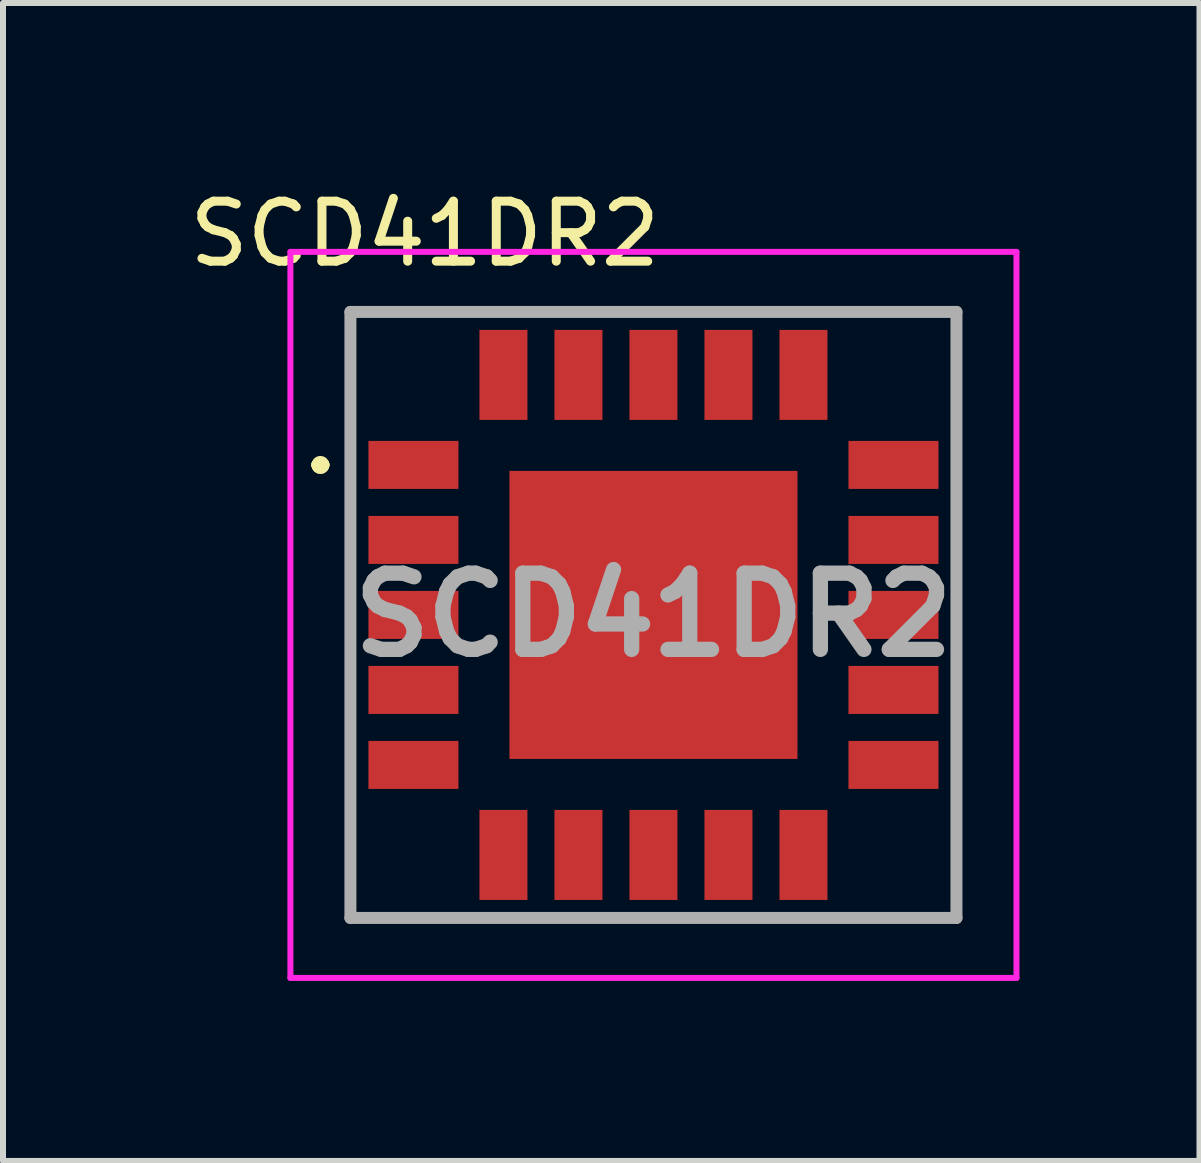
<source format=kicad_pcb>
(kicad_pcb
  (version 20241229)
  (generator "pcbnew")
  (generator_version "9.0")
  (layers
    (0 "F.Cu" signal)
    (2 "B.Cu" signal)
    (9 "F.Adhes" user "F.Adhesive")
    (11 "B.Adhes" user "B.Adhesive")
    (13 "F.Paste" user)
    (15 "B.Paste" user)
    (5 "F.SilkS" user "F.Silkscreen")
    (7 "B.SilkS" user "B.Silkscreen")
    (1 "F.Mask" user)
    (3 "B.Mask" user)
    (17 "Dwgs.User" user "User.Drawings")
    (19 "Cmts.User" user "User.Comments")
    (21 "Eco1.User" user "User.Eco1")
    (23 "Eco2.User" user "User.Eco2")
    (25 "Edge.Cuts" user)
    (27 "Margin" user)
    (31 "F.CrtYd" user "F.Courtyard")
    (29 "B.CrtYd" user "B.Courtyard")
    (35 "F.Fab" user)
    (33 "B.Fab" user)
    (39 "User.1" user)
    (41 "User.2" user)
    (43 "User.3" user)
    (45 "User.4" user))
  (footprint "SCD41DR2"
    (layer "F.Cu")
    (at 7.84 7.198)
    (property "Reference" "SCD41DR2" (at -3.81 -6.35 0) (layer "F.SilkS") (effects (font (size 1 1) (thickness 0.15))))
    (attr smd)
    (fp_line (start -5.6 -2.5) (end -5.6 -2.5) (stroke (width 0.2) (type solid)) (layer "F.SilkS"))
    (fp_line (start -5.6 -2.5) (end -5.6 -2.5) (stroke (width 0.2) (type solid)) (layer "F.SilkS"))
    (fp_line (start -5.5 -2.5) (end -5.5 -2.5) (stroke (width 0.2) (type solid)) (layer "F.SilkS"))
    (fp_line (start -5.05 -5.05) (end -5.05 -3.5) (stroke (width 0.12) (type solid)) (layer "F.SilkS"))
    (fp_line (start -5.05 -5.05) (end -3.5 -5.05) (stroke (width 0.12) (type solid)) (layer "F.SilkS"))
    (fp_line (start -5.05 3.5) (end -5.05 5.05) (stroke (width 0.12) (type solid)) (layer "F.SilkS"))
    (fp_line (start -5.05 5.05) (end -3.5 5.05) (stroke (width 0.12) (type solid)) (layer "F.SilkS"))
    (fp_line (start 3.75 5.05) (end 5.05 5.05) (stroke (width 0.12) (type solid)) (layer "F.SilkS"))
    (fp_line (start 5.05 -5.05) (end 3.5 -5.05) (stroke (width 0.12) (type solid)) (layer "F.SilkS"))
    (fp_line (start 5.05 -5.05) (end 5.05 -3.75) (stroke (width 0.12) (type solid)) (layer "F.SilkS"))
    (fp_line (start 5.05 3.5) (end 5.05 5.05) (stroke (width 0.12) (type solid)) (layer "F.SilkS"))
    (fp_arc (start -5.6 -2.5) (mid -5.55 -2.55) (end -5.5 -2.5) (stroke (width 0.2) (type solid)) (layer "F.SilkS"))
    (fp_arc (start -5.5 -2.5) (mid -5.55 -2.45) (end -5.6 -2.5) (stroke (width 0.2) (type solid)) (layer "F.SilkS"))
    (fp_arc (start -5.5 -2.5) (mid -5.55 -2.45) (end -5.6 -2.5) (stroke (width 0.2) (type solid)) (layer "F.SilkS"))
    (fp_line (start -6.05 -6.05) (end 6.05 -6.05) (stroke (width 0.1) (type solid)) (layer "F.CrtYd"))
    (fp_line (start -6.05 6.05) (end -6.05 -6.05) (stroke (width 0.1) (type solid)) (layer "F.CrtYd"))
    (fp_line (start 6.05 -6.05) (end 6.05 6.05) (stroke (width 0.1) (type solid)) (layer "F.CrtYd"))
    (fp_line (start 6.05 6.05) (end -6.05 6.05) (stroke (width 0.1) (type solid)) (layer "F.CrtYd"))
    (fp_line (start -5.05 -5.05) (end -5.05 5.05) (stroke (width 0.2) (type solid)) (layer "F.Fab"))
    (fp_line (start -5.05 5.05) (end 5.05 5.05) (stroke (width 0.2) (type solid)) (layer "F.Fab"))
    (fp_line (start 5.05 -5.05) (end -5.05 -5.05) (stroke (width 0.2) (type solid)) (layer "F.Fab"))
    (fp_line (start 5.05 5.05) (end 5.05 -5.05) (stroke (width 0.2) (type solid)) (layer "F.Fab"))
    (fp_text user "${REFERENCE}" (at 0 0 0) (layer "F.Fab") (effects (font (size 1.27 1.27) (thickness 0.254))))
    (pad "1" smd rect (at -4 -2.5 90) (size 0.8 1.5) (layers "F.Cu" "F.Mask" "F.Paste"))
    (pad "2" smd rect (at -4 -1.25 90) (size 0.8 1.5) (layers "F.Cu" "F.Mask" "F.Paste"))
    (pad "3" smd rect (at -4 0 90) (size 0.8 1.5) (layers "F.Cu" "F.Mask" "F.Paste"))
    (pad "4" smd rect (at -4 1.25 90) (size 0.8 1.5) (layers "F.Cu" "F.Mask" "F.Paste"))
    (pad "5" smd rect (at -4 2.5 90) (size 0.8 1.5) (layers "F.Cu" "F.Mask" "F.Paste"))
    (pad "6" smd rect (at -2.5 4) (size 0.8 1.5) (layers "F.Cu" "F.Mask" "F.Paste"))
    (pad "7" smd rect (at -1.25 4) (size 0.8 1.5) (layers "F.Cu" "F.Mask" "F.Paste"))
    (pad "8" smd rect (at 0 4) (size 0.8 1.5) (layers "F.Cu" "F.Mask" "F.Paste"))
    (pad "9" smd rect (at 1.25 4) (size 0.8 1.5) (layers "F.Cu" "F.Mask" "F.Paste"))
    (pad "10" smd rect (at 2.5 4) (size 0.8 1.5) (layers "F.Cu" "F.Mask" "F.Paste"))
    (pad "11" smd rect (at 4 2.5 90) (size 0.8 1.5) (layers "F.Cu" "F.Mask" "F.Paste"))
    (pad "12" smd rect (at 4 1.25 90) (size 0.8 1.5) (layers "F.Cu" "F.Mask" "F.Paste"))
    (pad "13" smd rect (at 4 0 90) (size 0.8 1.5) (layers "F.Cu" "F.Mask" "F.Paste"))
    (pad "14" smd rect (at 4 -1.25 90) (size 0.8 1.5) (layers "F.Cu" "F.Mask" "F.Paste"))
    (pad "15" smd rect (at 4 -2.5 90) (size 0.8 1.5) (layers "F.Cu" "F.Mask" "F.Paste"))
    (pad "16" smd rect (at 2.5 -4) (size 0.8 1.5) (layers "F.Cu" "F.Mask" "F.Paste"))
    (pad "17" smd rect (at 1.25 -4) (size 0.8 1.5) (layers "F.Cu" "F.Mask" "F.Paste"))
    (pad "18" smd rect (at 0 -4) (size 0.8 1.5) (layers "F.Cu" "F.Mask" "F.Paste"))
    (pad "19" smd rect (at -1.25 -4) (size 0.8 1.5) (layers "F.Cu" "F.Mask" "F.Paste"))
    (pad "20" smd rect (at -2.5 -4) (size 0.8 1.5) (layers "F.Cu" "F.Mask" "F.Paste"))
    (pad "21" smd rect (at 0 0 90) (size 4.8 4.8) (layers "F.Cu" "F.Mask" "F.Paste")))
  (gr_rect
    (start -3 -3)
    (end 16.94 16.298)
    (stroke (width 0.1) (type default))
    (fill no)
    (layer "Edge.Cuts")))
</source>
